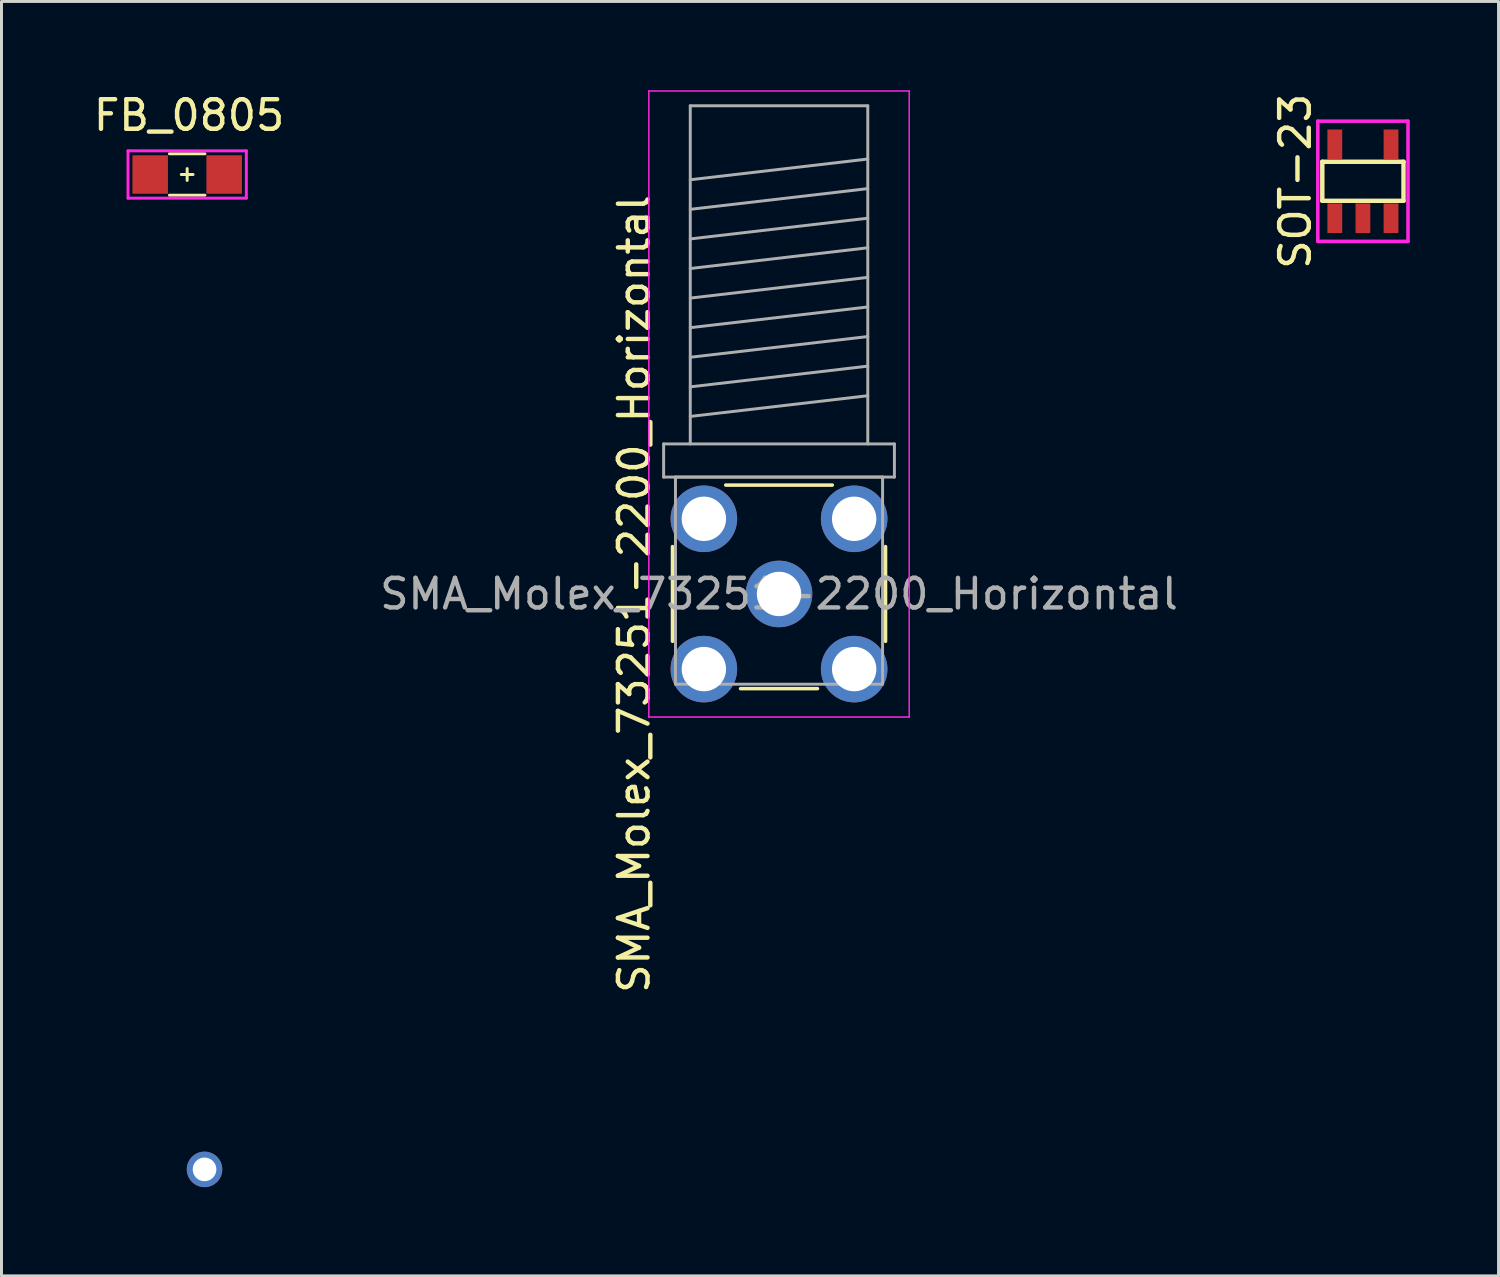
<source format=kicad_pcb>
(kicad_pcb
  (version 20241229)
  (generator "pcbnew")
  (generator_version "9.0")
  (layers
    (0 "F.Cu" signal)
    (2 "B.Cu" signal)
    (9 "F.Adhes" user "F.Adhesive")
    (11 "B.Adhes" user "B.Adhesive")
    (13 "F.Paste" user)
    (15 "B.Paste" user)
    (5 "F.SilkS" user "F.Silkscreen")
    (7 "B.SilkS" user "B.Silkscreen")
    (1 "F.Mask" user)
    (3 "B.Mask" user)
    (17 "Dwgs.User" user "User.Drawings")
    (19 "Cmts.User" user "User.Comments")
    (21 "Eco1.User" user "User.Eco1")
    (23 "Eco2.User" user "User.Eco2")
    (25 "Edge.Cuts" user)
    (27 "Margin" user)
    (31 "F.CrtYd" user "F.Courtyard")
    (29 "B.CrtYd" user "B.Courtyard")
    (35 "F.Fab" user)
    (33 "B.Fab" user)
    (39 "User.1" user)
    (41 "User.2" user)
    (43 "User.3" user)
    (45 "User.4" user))
  (footprint "ViaGround"
    (layer "F.Cu")
    (at 3.863 36.474)
    (property "Reference" "ViaGround" (at 0 -2 0) (layer "Eco2.User") (effects (font (size 1 1) (thickness 0.15))))
    (attr through_hole)
    (pad "1" thru_hole circle (at 0 0) (size 1.2 1.2) (drill 0.8) (layers "*.Cu" "*.Mask")))
  (footprint "SOT-23"
    (layer "F.Cu")
    (at 43.015 3.077)
    (property "Reference" "SOT-23" (at -2.286 0 90) (layer "F.SilkS") (effects (font (size 1 1) (thickness 0.15))))
    (attr through_hole)
    (fp_line (start -1.372 -0.66) (end 1.372 -0.66) (stroke (width 0.15) (type solid)) (layer "F.SilkS"))
    (fp_line (start -1.372 0.66) (end -1.372 -0.66) (stroke (width 0.15) (type solid)) (layer "F.SilkS"))
    (fp_line (start 1.372 -0.66) (end 1.372 0.66) (stroke (width 0.15) (type solid)) (layer "F.SilkS"))
    (fp_line (start 1.372 0.66) (end -1.372 0.66) (stroke (width 0.15) (type solid)) (layer "F.SilkS"))
    (fp_line (start -1.524 -2.032) (end 1.524 -2.032) (stroke (width 0.12) (type solid)) (layer "F.CrtYd"))
    (fp_line (start -1.524 2.032) (end -1.524 -2.032) (stroke (width 0.12) (type solid)) (layer "F.CrtYd"))
    (fp_line (start 1.524 -2.032) (end 1.524 2.032) (stroke (width 0.12) (type solid)) (layer "F.CrtYd"))
    (fp_line (start 1.524 2.032) (end -1.524 2.032) (stroke (width 0.12) (type solid)) (layer "F.CrtYd"))
    (pad "1" smd rect (at -0.95 1.25) (size 0.5 1) (layers "F.Cu" "F.Mask" "F.Paste"))
    (pad "2" smd rect (at 0 1.25) (size 0.5 1) (layers "F.Cu" "F.Mask" "F.Paste"))
    (pad "3" smd rect (at 0.95 1.25) (size 0.5 1) (layers "F.Cu" "F.Mask" "F.Paste"))
    (pad "4" smd rect (at 0.95 -1.25) (size 0.5 1) (layers "F.Cu" "F.Mask" "F.Paste"))
    (pad "5" smd rect (at -0.95 -1.25) (size 0.5 1) (layers "F.Cu" "F.Mask" "F.Paste")))
  (footprint "SMA_Molex_73251-2200_Horizontal"
    (layer "F.Cu")
    (at 23.28 17.025)
    (property "Reference" "SMA_Molex_73251-2200_Horizontal" (at -4.9 0 90) (layer "F.SilkS") (effects (font (size 1 1) (thickness 0.15))))
    (attr through_hole)
    (fp_line (start -3.6 -1.6) (end -3.6 1.6) (stroke (width 0.12) (type solid)) (layer "F.SilkS"))
    (fp_line (start -1.8 -3.68) (end 1.8 -3.68) (stroke (width 0.12) (type solid)) (layer "F.SilkS"))
    (fp_line (start -1.3 3.2) (end 1.3 3.2) (stroke (width 0.12) (type solid)) (layer "F.SilkS"))
    (fp_line (start 3.6 -1.6) (end 3.6 1.6) (stroke (width 0.12) (type solid)) (layer "F.SilkS"))
    (fp_line (start -4.4 -17) (end -4.4 4.16) (stroke (width 0.05) (type solid)) (layer "F.CrtYd"))
    (fp_line (start -4.4 -17) (end 4.4 -17) (stroke (width 0.05) (type solid)) (layer "F.CrtYd"))
    (fp_line (start 4.4 4.16) (end -4.4 4.16) (stroke (width 0.05) (type solid)) (layer "F.CrtYd"))
    (fp_line (start 4.4 4.16) (end 4.4 -17) (stroke (width 0.05) (type solid)) (layer "F.CrtYd"))
    (fp_line (start -3.9 -5.07) (end -3.9 -3.95) (stroke (width 0.1) (type solid)) (layer "F.Fab"))
    (fp_line (start -3.9 -3.95) (end 3.9 -3.95) (stroke (width 0.1) (type solid)) (layer "F.Fab"))
    (fp_line (start -3.5 -3.95) (end -3.5 3.05) (stroke (width 0.1) (type solid)) (layer "F.Fab"))
    (fp_line (start -3.5 -3.95) (end 3.5 -3.95) (stroke (width 0.1) (type solid)) (layer "F.Fab"))
    (fp_line (start -3.5 3.05) (end 3.5 3.05) (stroke (width 0.1) (type solid)) (layer "F.Fab"))
    (fp_line (start -3 -16.5) (end -3 -5.07) (stroke (width 0.1) (type solid)) (layer "F.Fab"))
    (fp_line (start -3 -16.5) (end 3 -16.5) (stroke (width 0.1) (type solid)) (layer "F.Fab"))
    (fp_line (start -3 -14) (end 3 -14.7) (stroke (width 0.1) (type solid)) (layer "F.Fab"))
    (fp_line (start -3 -13) (end 3 -13.7) (stroke (width 0.1) (type solid)) (layer "F.Fab"))
    (fp_line (start -3 -12) (end 3 -12.7) (stroke (width 0.1) (type solid)) (layer "F.Fab"))
    (fp_line (start -3 -11) (end 3 -11.7) (stroke (width 0.1) (type solid)) (layer "F.Fab"))
    (fp_line (start -3 -10) (end 3 -10.7) (stroke (width 0.1) (type solid)) (layer "F.Fab"))
    (fp_line (start -3 -9) (end 3 -9.7) (stroke (width 0.1) (type solid)) (layer "F.Fab"))
    (fp_line (start -3 -8) (end 3 -8.7) (stroke (width 0.1) (type solid)) (layer "F.Fab"))
    (fp_line (start -3 -7) (end 3 -7.7) (stroke (width 0.1) (type solid)) (layer "F.Fab"))
    (fp_line (start -3 -6) (end 3 -6.7) (stroke (width 0.1) (type solid)) (layer "F.Fab"))
    (fp_line (start 3 -16.5) (end 3 -5.07) (stroke (width 0.1) (type solid)) (layer "F.Fab"))
    (fp_line (start 3.5 -3.95) (end 3.5 3.05) (stroke (width 0.1) (type solid)) (layer "F.Fab"))
    (fp_line (start 3.9 -5.07) (end -3.9 -5.07) (stroke (width 0.1) (type solid)) (layer "F.Fab"))
    (fp_line (start 3.9 -3.95) (end 3.9 -5.07) (stroke (width 0.1) (type solid)) (layer "F.Fab"))
    (fp_text user "${REFERENCE}" (at 0 0 0) (layer "F.Fab") (effects (font (size 1 1) (thickness 0.15))))
    (pad "1" thru_hole circle (at 0 0) (size 2.25 2.25) (drill 1.5) (layers "*.Cu" "*.Mask"))
    (pad "2" thru_hole circle (at -2.54 -2.54) (size 2.25 2.25) (drill 1.5) (layers "*.Cu" "*.Mask"))
    (pad "2" thru_hole circle (at -2.54 2.54) (size 2.25 2.25) (drill 1.5) (layers "*.Cu" "*.Mask"))
    (pad "2" thru_hole circle (at 2.54 -2.54) (size 2.25 2.25) (drill 1.5) (layers "*.Cu" "*.Mask"))
    (pad "2" thru_hole circle (at 2.54 2.54 90) (size 2.25 2.25) (drill 1.5) (layers "*.Cu" "*.Mask")))
  (footprint "FB_0805"
    (layer "F.Cu")
    (at 3.276 2.848)
    (property "Reference" "FB_0805" (at 0.064 -2 0) (layer "F.SilkS") (effects (font (size 1 1) (thickness 0.15))))
    (attr through_hole)
    (fp_line (start -0.6 -0.7) (end 0.6 -0.7) (stroke (width 0.1) (type solid)) (layer "F.SilkS"))
    (fp_line (start -0.6 0.7) (end 0.6 0.7) (stroke (width 0.1) (type solid)) (layer "F.SilkS"))
    (fp_line (start -0.2 0) (end 0.2 0) (stroke (width 0.1) (type solid)) (layer "F.SilkS"))
    (fp_line (start 0 -0.2) (end 0 0.2) (stroke (width 0.1) (type solid)) (layer "F.SilkS"))
    (fp_line (start -2 -0.8) (end 2 -0.8) (stroke (width 0.1) (type solid)) (layer "F.CrtYd"))
    (fp_line (start -2 0.8) (end -2 -0.8) (stroke (width 0.1) (type solid)) (layer "F.CrtYd"))
    (fp_line (start 2 -0.8) (end 2 0.8) (stroke (width 0.1) (type solid)) (layer "F.CrtYd"))
    (fp_line (start 2 0.8) (end -2 0.8) (stroke (width 0.1) (type solid)) (layer "F.CrtYd"))
    (pad "1" smd rect (at -1.25 0) (size 1.2 1.3) (layers "F.Cu" "F.Mask" "F.Paste"))
    (pad "2" smd rect (at 1.25 0) (size 1.2 1.3) (layers "F.Cu" "F.Mask" "F.Paste")))
  (gr_rect
    (start -3 -3)
    (end 47.599 40.074)
    (stroke (width 0.1) (type default))
    (fill no)
    (layer "Edge.Cuts")))
</source>
